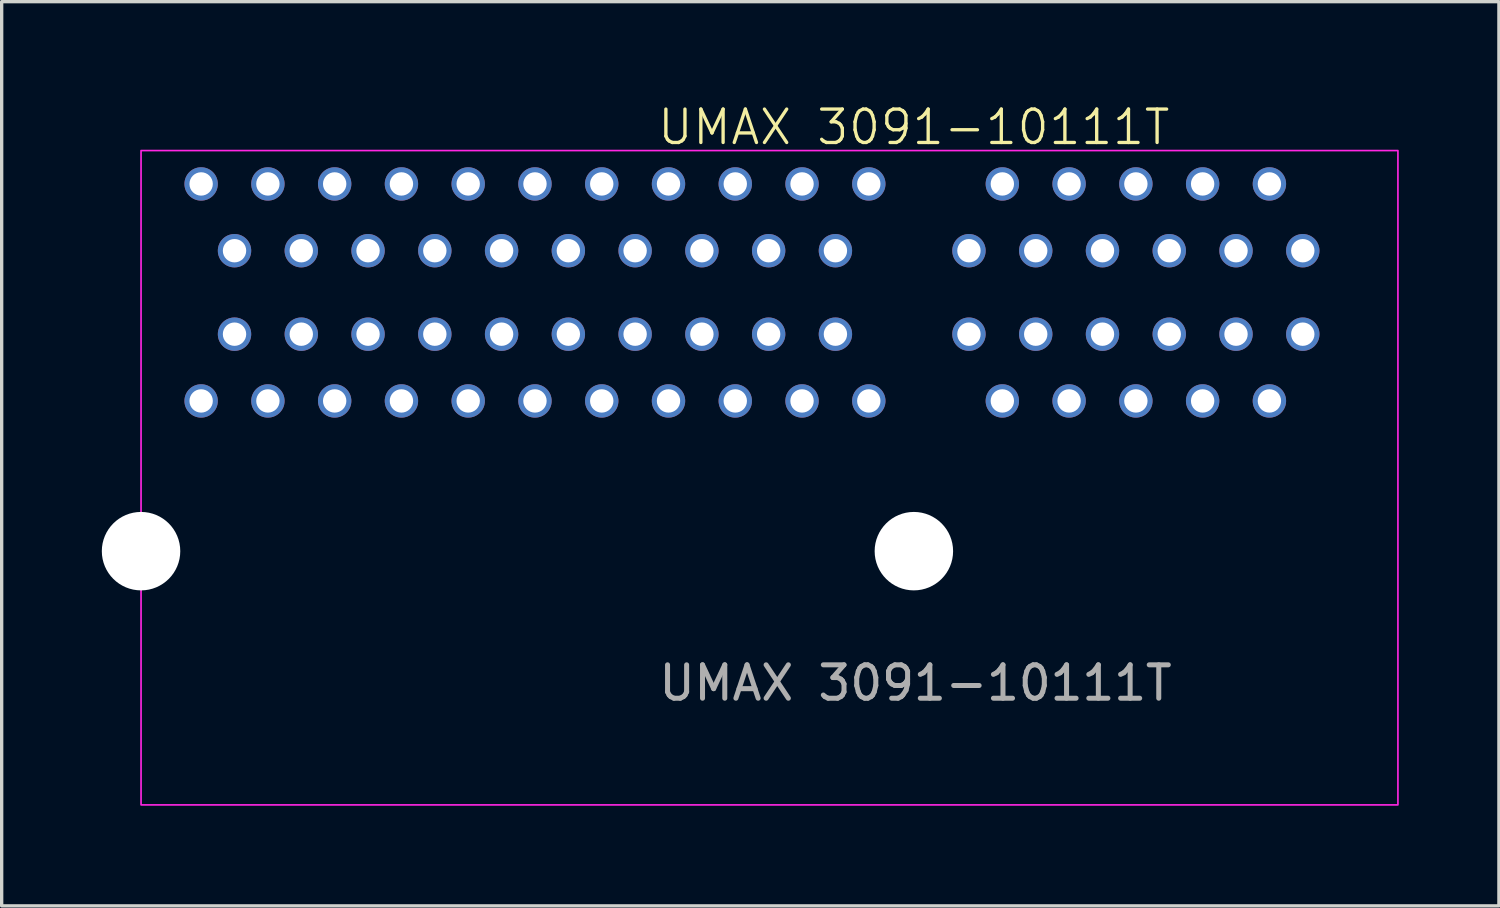
<source format=kicad_pcb>
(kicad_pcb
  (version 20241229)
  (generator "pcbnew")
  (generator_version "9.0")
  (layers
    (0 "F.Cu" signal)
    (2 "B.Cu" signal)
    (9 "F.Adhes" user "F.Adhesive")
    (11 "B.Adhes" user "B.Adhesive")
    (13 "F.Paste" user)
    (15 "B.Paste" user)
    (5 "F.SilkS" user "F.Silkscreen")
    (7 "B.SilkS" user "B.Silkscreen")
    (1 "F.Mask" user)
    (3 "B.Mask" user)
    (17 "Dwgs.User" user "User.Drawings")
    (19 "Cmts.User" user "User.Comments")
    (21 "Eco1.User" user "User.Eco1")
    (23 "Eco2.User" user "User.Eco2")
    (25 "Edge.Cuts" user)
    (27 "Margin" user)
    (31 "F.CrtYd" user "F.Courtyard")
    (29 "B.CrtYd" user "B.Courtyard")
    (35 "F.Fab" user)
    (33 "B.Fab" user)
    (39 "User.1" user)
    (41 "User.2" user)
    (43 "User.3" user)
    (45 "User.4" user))
  (footprint "UMAX 3091-10111T"
    (layer "F.Cu")
    (at 24.325 5.71)
    (property "Reference" "UMAX 3091-10111T" (at 0 -4.95 0) (unlocked yes) (layer "F.SilkS") (effects (font (size 1 1) (thickness 0.1))))
    (attr smd)
    (fp_rect (start -23.15 -4.25) (end 14.5 15.35) (stroke (width 0.05) (type default)) (fill no) (layer "F.CrtYd"))
    (fp_text user "${REFERENCE}" (at 0.05 11.7 0) (unlocked yes) (layer "F.Fab") (effects (font (size 1 1) (thickness 0.15))))
    (pad "" np_thru_hole circle (at -23.15 7.75) (size 2.35 2.35) (drill 2.35) (layers "*.Cu" "*.Mask"))
    (pad "" np_thru_hole circle (at 0 7.75) (size 2.35 2.35) (drill 2.35) (layers "*.Cu" "*.Mask"))
    (pad "A1" thru_hole circle (at 11.65 1.25) (size 1 1) (drill 0.7) (layers "*.Cu" "*.Mask"))
    (pad "A2" thru_hole circle (at 10.65 3.25) (size 1 1) (drill 0.7) (layers "*.Cu" "*.Mask"))
    (pad "A3" thru_hole circle (at 9.65 1.25) (size 1 1) (drill 0.7) (layers "*.Cu" "*.Mask"))
    (pad "A4" thru_hole circle (at 8.65 3.25) (size 1 1) (drill 0.7) (layers "*.Cu" "*.Mask"))
    (pad "A5" thru_hole circle (at 7.65 1.25) (size 1 1) (drill 0.7) (layers "*.Cu" "*.Mask"))
    (pad "A6" thru_hole circle (at 6.65 3.25) (size 1 1) (drill 0.7) (layers "*.Cu" "*.Mask"))
    (pad "A7" thru_hole circle (at 5.65 1.25) (size 1 1) (drill 0.7) (layers "*.Cu" "*.Mask"))
    (pad "A8" thru_hole circle (at 4.65 3.25) (size 1 1) (drill 0.7) (layers "*.Cu" "*.Mask"))
    (pad "A9" thru_hole circle (at 3.65 1.25) (size 1 1) (drill 0.7) (layers "*.Cu" "*.Mask"))
    (pad "A10" thru_hole circle (at 2.65 3.25) (size 1 1) (drill 0.7) (layers "*.Cu" "*.Mask"))
    (pad "A11" thru_hole circle (at 1.65 1.25) (size 1 1) (drill 0.7) (layers "*.Cu" "*.Mask"))
    (pad "A12" thru_hole circle (at -1.35 3.25) (size 1 1) (drill 0.7) (layers "*.Cu" "*.Mask"))
    (pad "A13" thru_hole circle (at -2.35 1.25) (size 1 1) (drill 0.7) (layers "*.Cu" "*.Mask"))
    (pad "A14" thru_hole circle (at -3.35 3.25) (size 1 1) (drill 0.7) (layers "*.Cu" "*.Mask"))
    (pad "A15" thru_hole circle (at -4.35 1.25) (size 1 1) (drill 0.7) (layers "*.Cu" "*.Mask"))
    (pad "A16" thru_hole circle (at -5.35 3.25) (size 1 1) (drill 0.7) (layers "*.Cu" "*.Mask"))
    (pad "A17" thru_hole circle (at -6.35 1.25) (size 1 1) (drill 0.7) (layers "*.Cu" "*.Mask"))
    (pad "A18" thru_hole circle (at -7.35 3.25) (size 1 1) (drill 0.7) (layers "*.Cu" "*.Mask"))
    (pad "A19" thru_hole circle (at -8.35 1.25) (size 1 1) (drill 0.7) (layers "*.Cu" "*.Mask"))
    (pad "A20" thru_hole circle (at -9.35 3.25) (size 1 1) (drill 0.7) (layers "*.Cu" "*.Mask"))
    (pad "A21" thru_hole circle (at -10.35 1.25) (size 1 1) (drill 0.7) (layers "*.Cu" "*.Mask"))
    (pad "A22" thru_hole circle (at -11.35 3.25) (size 1 1) (drill 0.7) (layers "*.Cu" "*.Mask"))
    (pad "A23" thru_hole circle (at -12.35 1.25) (size 1 1) (drill 0.7) (layers "*.Cu" "*.Mask"))
    (pad "A24" thru_hole circle (at -13.35 3.25) (size 1 1) (drill 0.7) (layers "*.Cu" "*.Mask"))
    (pad "A25" thru_hole circle (at -14.35 1.25) (size 1 1) (drill 0.7) (layers "*.Cu" "*.Mask"))
    (pad "A26" thru_hole circle (at -15.35 3.25) (size 1 1) (drill 0.7) (layers "*.Cu" "*.Mask"))
    (pad "A27" thru_hole circle (at -16.35 1.25) (size 1 1) (drill 0.7) (layers "*.Cu" "*.Mask"))
    (pad "A28" thru_hole circle (at -17.35 3.25) (size 1 1) (drill 0.7) (layers "*.Cu" "*.Mask"))
    (pad "A29" thru_hole circle (at -18.35 1.25) (size 1 1) (drill 0.7) (layers "*.Cu" "*.Mask"))
    (pad "A30" thru_hole circle (at -19.35 3.25) (size 1 1) (drill 0.7) (layers "*.Cu" "*.Mask"))
    (pad "A31" thru_hole circle (at -20.35 1.25) (size 1 1) (drill 0.7) (layers "*.Cu" "*.Mask"))
    (pad "A32" thru_hole circle (at -21.35 3.25) (size 1 1) (drill 0.7) (layers "*.Cu" "*.Mask"))
    (pad "B1" thru_hole circle (at 11.65 -1.25) (size 1 1) (drill 0.7) (layers "*.Cu" "*.Mask"))
    (pad "B2" thru_hole circle (at 10.65 -3.25) (size 1 1) (drill 0.7) (layers "*.Cu" "*.Mask"))
    (pad "B3" thru_hole circle (at 9.65 -1.25) (size 1 1) (drill 0.7) (layers "*.Cu" "*.Mask"))
    (pad "B4" thru_hole circle (at 8.65 -3.25) (size 1 1) (drill 0.7) (layers "*.Cu" "*.Mask"))
    (pad "B5" thru_hole circle (at 7.65 -1.25) (size 1 1) (drill 0.7) (layers "*.Cu" "*.Mask"))
    (pad "B6" thru_hole circle (at 6.65 -3.25) (size 1 1) (drill 0.7) (layers "*.Cu" "*.Mask"))
    (pad "B7" thru_hole circle (at 5.65 -1.25) (size 1 1) (drill 0.7) (layers "*.Cu" "*.Mask"))
    (pad "B8" thru_hole circle (at 4.65 -3.25) (size 1 1) (drill 0.7) (layers "*.Cu" "*.Mask"))
    (pad "B9" thru_hole circle (at 3.65 -1.25) (size 1 1) (drill 0.7) (layers "*.Cu" "*.Mask"))
    (pad "B10" thru_hole circle (at 2.65 -3.25) (size 1 1) (drill 0.7) (layers "*.Cu" "*.Mask"))
    (pad "B11" thru_hole circle (at 1.65 -1.25) (size 1 1) (drill 0.7) (layers "*.Cu" "*.Mask"))
    (pad "B12" thru_hole circle (at -1.35 -3.25) (size 1 1) (drill 0.7) (layers "*.Cu" "*.Mask"))
    (pad "B13" thru_hole circle (at -2.35 -1.25) (size 1 1) (drill 0.7) (layers "*.Cu" "*.Mask"))
    (pad "B14" thru_hole circle (at -3.35 -3.25) (size 1 1) (drill 0.7) (layers "*.Cu" "*.Mask"))
    (pad "B15" thru_hole circle (at -4.35 -1.25) (size 1 1) (drill 0.7) (layers "*.Cu" "*.Mask"))
    (pad "B16" thru_hole circle (at -5.35 -3.25) (size 1 1) (drill 0.7) (layers "*.Cu" "*.Mask"))
    (pad "B17" thru_hole circle (at -6.35 -1.25) (size 1 1) (drill 0.7) (layers "*.Cu" "*.Mask"))
    (pad "B18" thru_hole circle (at -7.35 -3.25) (size 1 1) (drill 0.7) (layers "*.Cu" "*.Mask"))
    (pad "B19" thru_hole circle (at -8.35 -1.25) (size 1 1) (drill 0.7) (layers "*.Cu" "*.Mask"))
    (pad "B20" thru_hole circle (at -9.35 -3.25) (size 1 1) (drill 0.7) (layers "*.Cu" "*.Mask"))
    (pad "B21" thru_hole circle (at -10.35 -1.25) (size 1 1) (drill 0.7) (layers "*.Cu" "*.Mask"))
    (pad "B22" thru_hole circle (at -11.35 -3.25) (size 1 1) (drill 0.7) (layers "*.Cu" "*.Mask"))
    (pad "B23" thru_hole circle (at -12.35 -1.25) (size 1 1) (drill 0.7) (layers "*.Cu" "*.Mask"))
    (pad "B24" thru_hole circle (at -13.35 -3.25) (size 1 1) (drill 0.7) (layers "*.Cu" "*.Mask"))
    (pad "B25" thru_hole circle (at -14.35 -1.25) (size 1 1) (drill 0.7) (layers "*.Cu" "*.Mask"))
    (pad "B26" thru_hole circle (at -15.35 -3.25) (size 1 1) (drill 0.7) (layers "*.Cu" "*.Mask"))
    (pad "B27" thru_hole circle (at -16.35 -1.25) (size 1 1) (drill 0.7) (layers "*.Cu" "*.Mask"))
    (pad "B28" thru_hole circle (at -17.35 -3.25) (size 1 1) (drill 0.7) (layers "*.Cu" "*.Mask"))
    (pad "B29" thru_hole circle (at -18.35 -1.25) (size 1 1) (drill 0.7) (layers "*.Cu" "*.Mask"))
    (pad "B30" thru_hole circle (at -19.35 -3.25) (size 1 1) (drill 0.7) (layers "*.Cu" "*.Mask"))
    (pad "B31" thru_hole circle (at -20.35 -1.25) (size 1 1) (drill 0.7) (layers "*.Cu" "*.Mask"))
    (pad "B32" thru_hole circle (at -21.35 -3.25) (size 1 1) (drill 0.7) (layers "*.Cu" "*.Mask")))
  (gr_rect
    (start -3 -3)
    (end 41.85 24.085)
    (stroke (width 0.1) (type default))
    (fill no)
    (layer "Edge.Cuts")))
</source>
